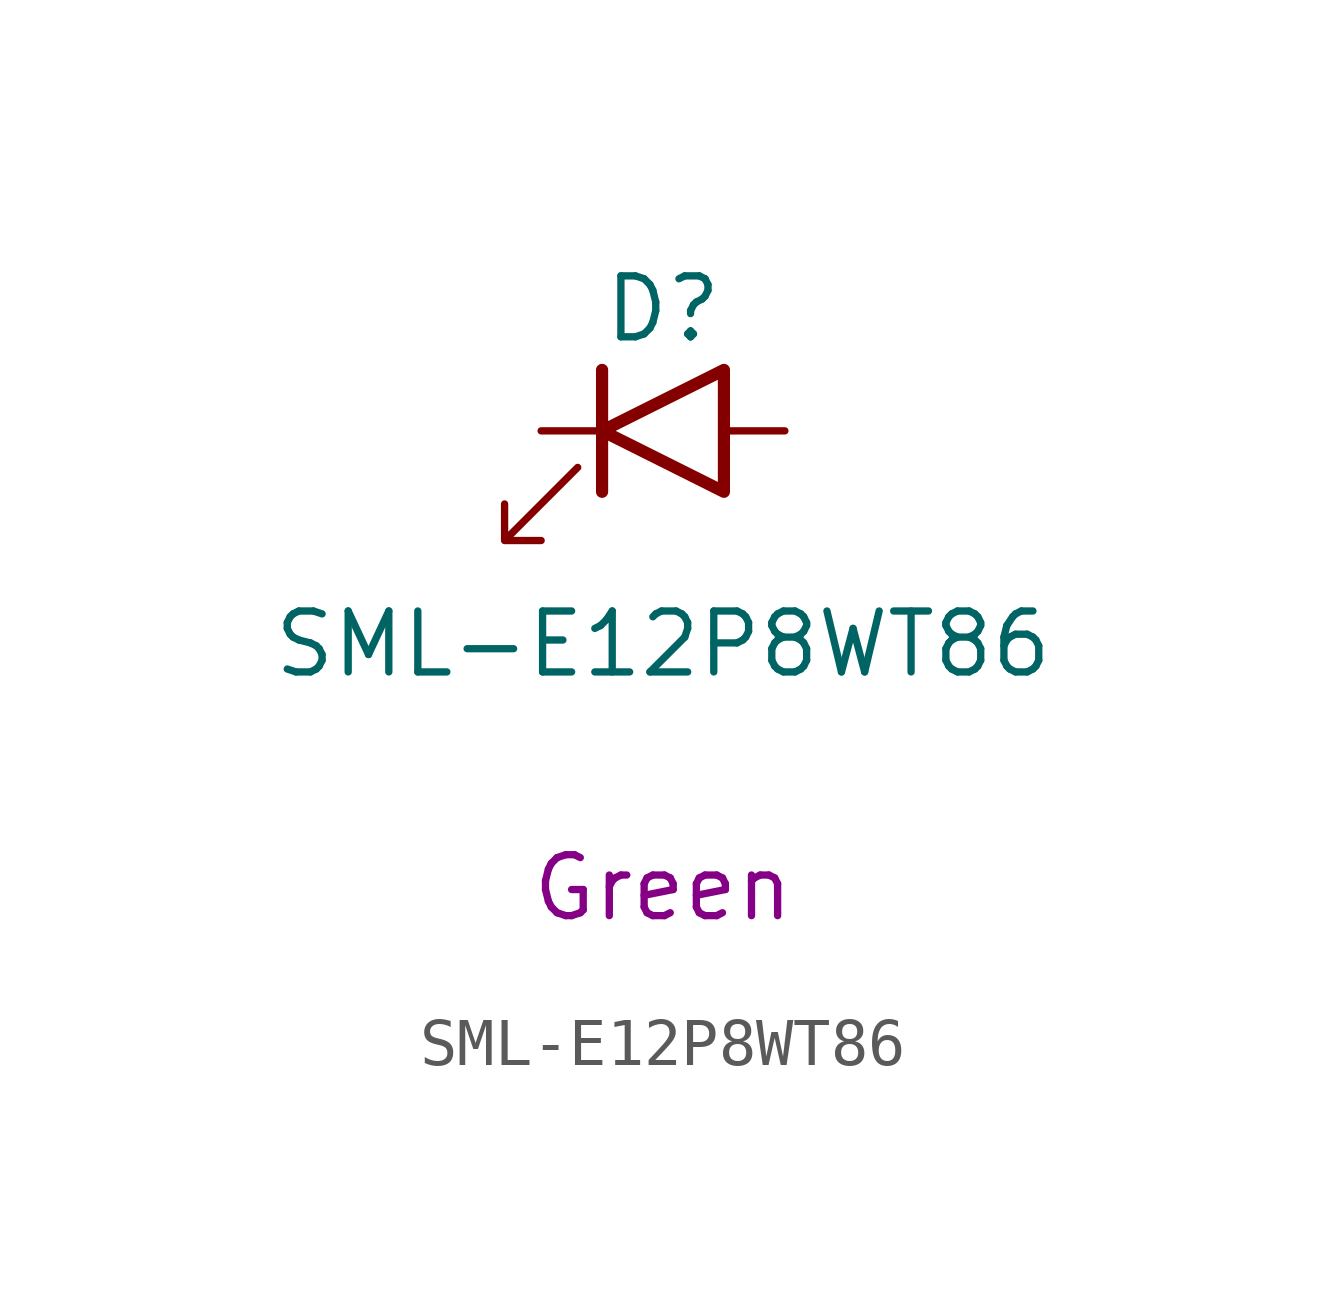
<source format=kicad_sym>
(kicad_symbol_lib
  (version 20241209)
  (generator "kicad_symbol_editor")
  (generator_version "9.0")
  (symbol "SML-E12P8WT86"
    (pin_numbers
      (hide yes))
    (pin_names
      (offset 1.016)
      (hide yes))
    (property "Reference" "D"
      (at 0 2.54 0)
      (effects (font (size 1.27 1.27))))
    (property "Value" "SML-E12P8WT86"
      (at 0 -4.445 0)
      (effects (font (size 1.27 1.27))))
    (property "Param" "Green"
      (at 0 -9.525 0)
      (effects (font (size 1.27 1.27))))
    (symbol "SML-E12P8WT86_0_1"
      (polyline (pts (xy -1.778 -0.762) (xy -3.302 -2.286) (xy -2.54 -2.286) (xy -3.302 -2.286) (xy -3.302 -1.524)) (stroke (width 0) (type default)) (fill (type none)))
      (polyline (pts (xy -1.27 -1.27) (xy -1.27 1.27)) (stroke (width 0.254) (type default)) (fill (type none)))
      (polyline (pts (xy 1.27 -1.27) (xy 1.27 1.27) (xy -1.27 0) (xy 1.27 -1.27)) (stroke (width 0.254) (type default)) (fill (type none))))
    (symbol "SML-E12P8WT86_1_1"
      (pin passive line (at -2.54 0 0) (length 1.27) (name "K" (effects (font (size 1.27 1.27)))) (number "1" (effects (font (size 1.27 1.27)))))
      (pin passive line (at 2.54 0 180) (length 1.27) (name "A" (effects (font (size 1.27 1.27)))) (number "2" (effects (font (size 1.27 1.27))))))))
</source>
